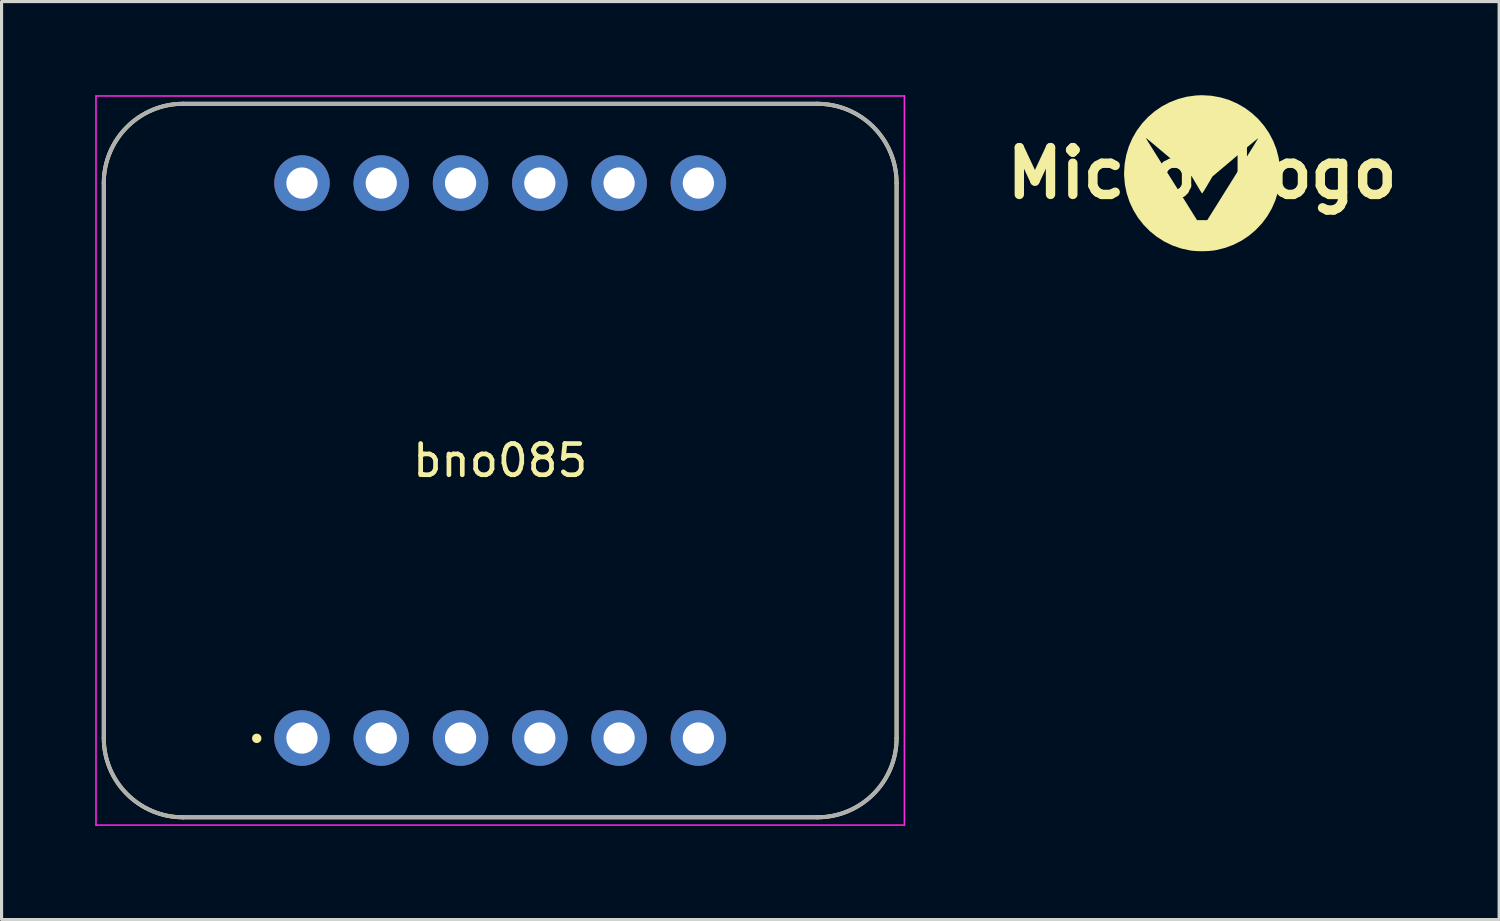
<source format=kicad_pcb>
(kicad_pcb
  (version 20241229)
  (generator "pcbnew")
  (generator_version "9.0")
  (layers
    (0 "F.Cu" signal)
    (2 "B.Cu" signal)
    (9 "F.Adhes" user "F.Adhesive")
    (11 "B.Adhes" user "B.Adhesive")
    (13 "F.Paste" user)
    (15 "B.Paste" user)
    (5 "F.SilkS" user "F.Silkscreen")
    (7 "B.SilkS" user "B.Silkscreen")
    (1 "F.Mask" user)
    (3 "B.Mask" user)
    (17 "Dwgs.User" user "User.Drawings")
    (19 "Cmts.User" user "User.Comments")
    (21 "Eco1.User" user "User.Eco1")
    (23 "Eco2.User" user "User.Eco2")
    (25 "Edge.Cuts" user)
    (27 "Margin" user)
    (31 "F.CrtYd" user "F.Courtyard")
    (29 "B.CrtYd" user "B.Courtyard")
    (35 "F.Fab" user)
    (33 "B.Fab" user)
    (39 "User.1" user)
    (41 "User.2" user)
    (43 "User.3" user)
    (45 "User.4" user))
  (footprint "Micro Logo"
    (layer "F.Cu")
    (at 35.464 2.501)
    (property "Reference" "Micro Logo" (at 0 0 0) (layer "F.SilkS") (effects (font (size 1.5 1.5) (thickness 0.3))))
    (attr board_only exclude_from_pos_files exclude_from_bom)
    (fp_poly (pts (xy 0.299 -2.483) (xy 0.587 -2.431) (xy 0.863 -2.348) (xy 1.125 -2.234) (xy 1.37 -2.092) (xy 1.597 -1.924) (xy 1.803 -1.733) (xy 1.986 -1.519) (xy 2.145 -1.286) (xy 2.277 -1.035) (xy 2.381 -0.768) (xy 2.453 -0.487) (xy 2.493 -0.195) (xy 2.501 0) (xy 2.483 0.299) (xy 2.431 0.589) (xy 2.346 0.866) (xy 2.231 1.13) (xy 2.087 1.377) (xy 1.917 1.605) (xy 1.721 1.813) (xy 1.503 1.998) (xy 1.264 2.158) (xy 1.006 2.29) (xy 0.731 2.392) (xy 0.441 2.463) (xy 0.371 2.474) (xy 0.221 2.49) (xy 0.052 2.498) (xy -0.121 2.496) (xy -0.284 2.486) (xy -0.38 2.474) (xy -0.673 2.41) (xy -0.951 2.314) (xy -1.212 2.188) (xy -1.455 2.033) (xy -1.678 1.853) (xy -1.878 1.649) (xy -2.054 1.425) (xy -2.203 1.181) (xy -2.325 0.921) (xy -2.416 0.646) (xy -2.475 0.359) (xy -2.5 0.062) (xy -2.501 0) (xy -2.483 -0.299) (xy -2.431 -0.587) (xy -2.348 -0.863) (xy -2.234 -1.124) (xy -2.23 -1.131) (xy -1.806 -1.131) (xy -1.806 -1.129) (xy -1.794 -1.11) (xy -1.764 -1.061) (xy -1.717 -0.986) (xy -1.655 -0.886) (xy -1.579 -0.765) (xy -1.491 -0.624) (xy -1.392 -0.466) (xy -1.284 -0.293) (xy -1.169 -0.107) (xy -1.047 0.088) (xy -0.977 0.199) (xy -0.164 1.501) (xy 0 1.501) (xy 0.164 1.501) (xy 0.982 0.193) (xy 1.107 -0.007) (xy 1.226 -0.198) (xy 1.337 -0.377) (xy 1.44 -0.542) (xy 1.532 -0.691) (xy 1.613 -0.822) (xy 1.681 -0.932) (xy 1.734 -1.019) (xy 1.771 -1.081) (xy 1.791 -1.114) (xy 1.794 -1.121) (xy 1.779 -1.11) (xy 1.738 -1.078) (xy 1.675 -1.026) (xy 1.591 -0.957) (xy 1.49 -0.873) (xy 1.374 -0.776) (xy 1.245 -0.668) (xy 1.107 -0.552) (xy 1.06 -0.512) (xy 0.332 0.102) (xy 0.171 0.375) (xy 0.118 0.465) (xy 0.071 0.542) (xy 0.033 0.602) (xy 0.008 0.639) (xy -0.000076 0.648) (xy -0.012 0.633) (xy -0.04 0.591) (xy -0.08 0.527) (xy -0.128 0.447) (xy -0.172 0.373) (xy -0.334 0.098) (xy -0.783 -0.28) (xy -0.911 -0.388) (xy -1.047 -0.503) (xy -1.184 -0.618) (xy -1.313 -0.727) (xy -1.429 -0.824) (xy -1.524 -0.904) (xy -1.527 -0.907) (xy -1.614 -0.979) (xy -1.689 -1.041) (xy -1.748 -1.089) (xy -1.789 -1.12) (xy -1.806 -1.131) (xy -2.23 -1.131) (xy -2.092 -1.37) (xy -1.924 -1.596) (xy -1.733 -1.802) (xy -1.519 -1.986) (xy -1.286 -2.145) (xy -1.035 -2.277) (xy -0.768 -2.38) (xy -0.488 -2.453) (xy -0.195 -2.493) (xy 0 -2.501)) (stroke (width 0) (type solid)) (fill yes) (layer "F.SilkS")))
  (footprint "bno085"
    (layer "F.Cu")
    (at 12.975 11.705)
    (property "Reference" "bno085" (at 0 0 0) (layer "F.SilkS") (effects (font (size 1 1) (thickness 0.15))))
    (attr through_hole)
    (fp_line (start -12.7 -8.89) (end -12.7 8.89) (stroke (width 0.127) (type solid)) (layer "F.SilkS"))
    (fp_line (start -10.16 11.43) (end 10.16 11.43) (stroke (width 0.127) (type solid)) (layer "F.SilkS"))
    (fp_line (start 10.16 -11.43) (end -10.16 -11.43) (stroke (width 0.127) (type solid)) (layer "F.SilkS"))
    (fp_line (start 12.7 8.89) (end 12.7 -8.89) (stroke (width 0.127) (type solid)) (layer "F.SilkS"))
    (fp_arc (start -12.7 -8.89) (mid -11.956051 -10.686051) (end -10.16 -11.43) (stroke (width 0.127) (type solid)) (layer "F.SilkS"))
    (fp_arc (start -10.16 11.43) (mid -11.956051 10.686051) (end -12.7 8.89) (stroke (width 0.127) (type solid)) (layer "F.SilkS"))
    (fp_arc (start 10.16 -11.43) (mid 11.956051 -10.686051) (end 12.7 -8.89) (stroke (width 0.127) (type solid)) (layer "F.SilkS"))
    (fp_arc (start 12.7 8.89) (mid 11.956051 10.686051) (end 10.16 11.43) (stroke (width 0.127) (type solid)) (layer "F.SilkS"))
    (fp_circle (center -7.8 8.9) (end -7.7 8.9) (stroke (width 0.1) (type solid)) (fill yes) (layer "F.SilkS"))
    (fp_line (start -12.95 -11.68) (end -12.95 11.68) (stroke (width 0.05) (type solid)) (layer "F.CrtYd"))
    (fp_line (start -12.95 11.68) (end 12.95 11.68) (stroke (width 0.05) (type solid)) (layer "F.CrtYd"))
    (fp_line (start 12.95 -11.68) (end -12.95 -11.68) (stroke (width 0.05) (type solid)) (layer "F.CrtYd"))
    (fp_line (start 12.95 11.68) (end 12.95 -11.68) (stroke (width 0.05) (type solid)) (layer "F.CrtYd"))
    (fp_line (start -12.7 -8.89) (end -12.7 8.89) (stroke (width 0.127) (type solid)) (layer "F.Fab"))
    (fp_line (start -10.16 11.43) (end 10.16 11.43) (stroke (width 0.127) (type solid)) (layer "F.Fab"))
    (fp_line (start 10.16 -11.43) (end -10.16 -11.43) (stroke (width 0.127) (type solid)) (layer "F.Fab"))
    (fp_line (start 12.7 8.89) (end 12.7 -8.89) (stroke (width 0.127) (type solid)) (layer "F.Fab"))
    (fp_arc (start -12.7 -8.89) (mid -11.956051 -10.686051) (end -10.16 -11.43) (stroke (width 0.127) (type solid)) (layer "F.Fab"))
    (fp_arc (start -10.16 11.43) (mid -11.956051 10.686051) (end -12.7 8.89) (stroke (width 0.127) (type solid)) (layer "F.Fab"))
    (fp_arc (start 10.16 -11.43) (mid 11.956051 -10.686051) (end 12.7 -8.89) (stroke (width 0.127) (type solid)) (layer "F.Fab"))
    (fp_arc (start 12.7 8.89) (mid 11.956051 10.686051) (end 10.16 11.43) (stroke (width 0.127) (type solid)) (layer "F.Fab"))
    (pad "JP1_1" thru_hole circle (at -6.35 8.89) (size 1.778 1.778) (drill 1) (layers "*.Cu" "*.Mask"))
    (pad "JP1_2" thru_hole circle (at -3.81 8.89) (size 1.778 1.778) (drill 1) (layers "*.Cu" "*.Mask"))
    (pad "JP1_3" thru_hole circle (at -1.27 8.89) (size 1.778 1.778) (drill 1) (layers "*.Cu" "*.Mask"))
    (pad "JP1_4" thru_hole circle (at 1.27 8.89) (size 1.778 1.778) (drill 1) (layers "*.Cu" "*.Mask"))
    (pad "JP1_5" thru_hole circle (at 3.81 8.89) (size 1.778 1.778) (drill 1) (layers "*.Cu" "*.Mask"))
    (pad "JP1_6" thru_hole circle (at 6.35 8.89) (size 1.778 1.778) (drill 1) (layers "*.Cu" "*.Mask"))
    (pad "JP2_1" thru_hole circle (at -6.35 -8.89) (size 1.778 1.778) (drill 1) (layers "*.Cu" "*.Mask"))
    (pad "JP2_2" thru_hole circle (at -3.81 -8.89) (size 1.778 1.778) (drill 1) (layers "*.Cu" "*.Mask"))
    (pad "JP2_3" thru_hole circle (at -1.27 -8.89) (size 1.778 1.778) (drill 1) (layers "*.Cu" "*.Mask"))
    (pad "JP2_4" thru_hole circle (at 1.27 -8.89) (size 1.778 1.778) (drill 1) (layers "*.Cu" "*.Mask"))
    (pad "JP2_5" thru_hole circle (at 3.81 -8.89) (size 1.778 1.778) (drill 1) (layers "*.Cu" "*.Mask"))
    (pad "JP2_6" thru_hole circle (at 6.35 -8.89) (size 1.778 1.778) (drill 1) (layers "*.Cu" "*.Mask")))
  (gr_rect
    (start -3 -3)
    (end 44.979 26.41)
    (stroke (width 0.1) (type default))
    (fill no)
    (layer "Edge.Cuts")))
</source>
